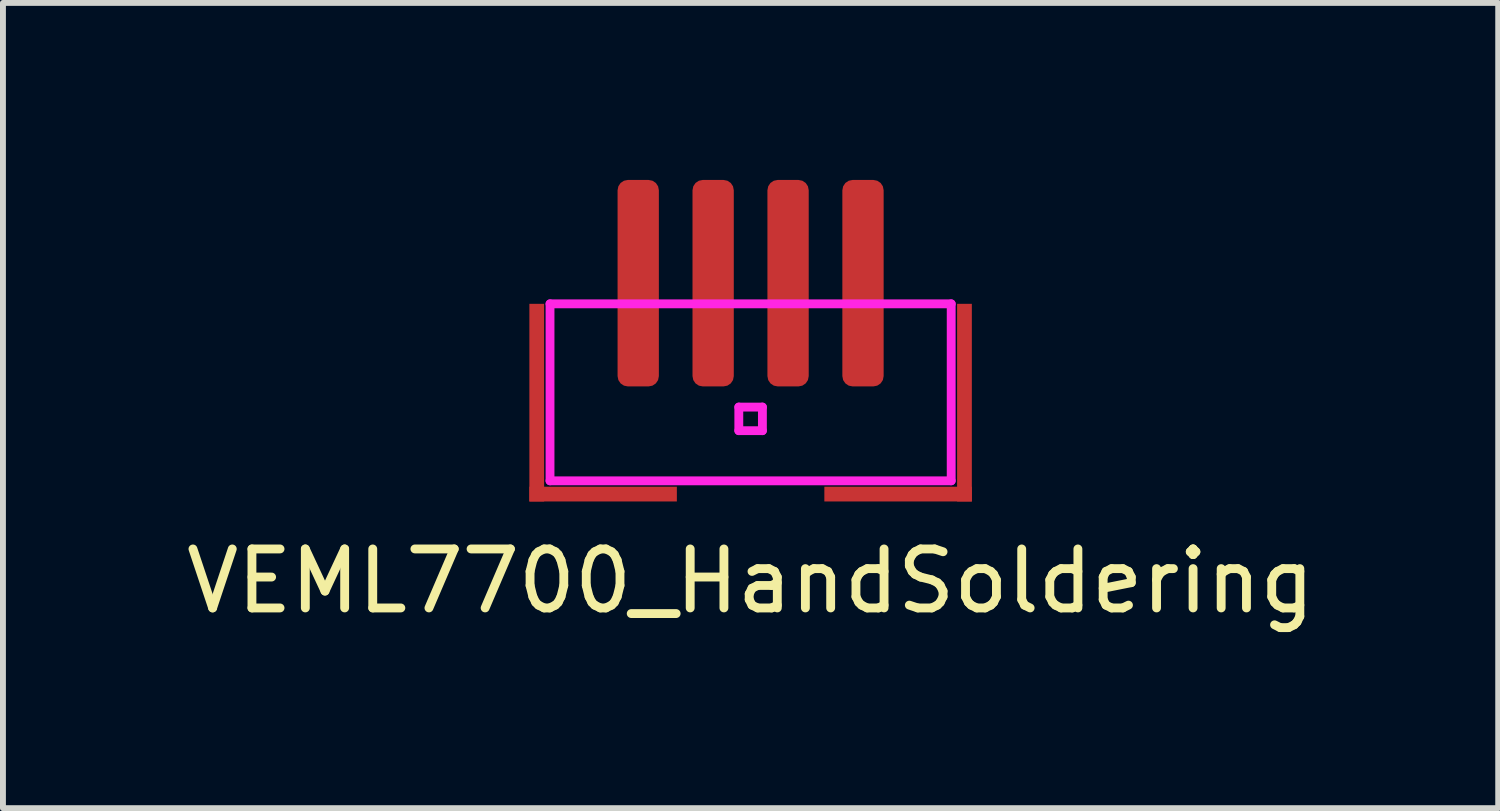
<source format=kicad_pcb>
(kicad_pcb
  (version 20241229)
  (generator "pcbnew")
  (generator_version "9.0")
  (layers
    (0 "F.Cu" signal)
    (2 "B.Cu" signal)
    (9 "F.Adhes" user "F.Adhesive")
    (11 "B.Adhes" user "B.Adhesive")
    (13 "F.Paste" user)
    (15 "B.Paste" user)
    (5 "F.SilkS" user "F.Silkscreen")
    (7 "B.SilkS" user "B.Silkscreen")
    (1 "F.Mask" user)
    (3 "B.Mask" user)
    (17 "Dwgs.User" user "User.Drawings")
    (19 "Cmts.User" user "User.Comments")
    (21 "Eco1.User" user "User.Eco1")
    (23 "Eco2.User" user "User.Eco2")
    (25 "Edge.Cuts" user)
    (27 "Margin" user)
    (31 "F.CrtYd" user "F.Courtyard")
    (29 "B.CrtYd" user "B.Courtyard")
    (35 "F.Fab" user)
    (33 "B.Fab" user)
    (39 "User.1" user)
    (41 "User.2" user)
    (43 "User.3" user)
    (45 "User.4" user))
  (footprint "VEML7700_HandSoldering"
    (layer "F.Cu")
    (at 9.673 4.05)
    (property "Reference" "VEML7700_HandSoldering" (at 0 2.75 0) (layer "F.SilkS") (effects (font (size 1 1) (thickness 0.15))))
    (attr through_hole)
    (fp_poly (pts (xy 3.75 -0.15) (xy -3.75 -0.15) (xy -3.75 1.4) (xy 3.75 1.4)) (stroke (width 0.001) (type solid)) (fill yes) (layer "F.Mask"))
    (fp_line (start -3.4 -1.95) (end 3.4 -1.95) (stroke (width 0.15) (type solid)) (layer "F.CrtYd"))
    (fp_line (start -3.4 1.05) (end -3.4 -1.95) (stroke (width 0.15) (type solid)) (layer "F.CrtYd"))
    (fp_line (start -0.2 -0.2) (end 0.2 -0.2) (stroke (width 0.15) (type solid)) (layer "F.CrtYd"))
    (fp_line (start -0.2 0.2) (end -0.2 -0.2) (stroke (width 0.15) (type solid)) (layer "F.CrtYd"))
    (fp_line (start 0.2 -0.2) (end 0.2 0.2) (stroke (width 0.15) (type solid)) (layer "F.CrtYd"))
    (fp_line (start 0.2 0.2) (end -0.2 0.2) (stroke (width 0.15) (type solid)) (layer "F.CrtYd"))
    (fp_line (start 3.4 -1.95) (end 3.4 1.05) (stroke (width 0.15) (type solid)) (layer "F.CrtYd"))
    (fp_line (start 3.4 1.05) (end -3.4 1.05) (stroke (width 0.15) (type solid)) (layer "F.CrtYd"))
    (pad "1" smd roundrect (at 1.905 -1.95) (size 0.7 3.5) (drill (offset 0 -0.35)) (layers "F.Cu" "F.Mask" "F.Paste") (roundrect_rratio 0.25))
    (pad "2" smd roundrect (at 0.635 -1.95) (size 0.7 3.5) (drill (offset 0 -0.35)) (layers "F.Cu" "F.Mask" "F.Paste") (roundrect_rratio 0.25))
    (pad "3" smd roundrect (at -0.635 -1.95) (size 0.7 3.5) (drill (offset 0 -0.35)) (layers "F.Cu" "F.Mask" "F.Paste") (roundrect_rratio 0.25))
    (pad "4" smd roundrect (at -1.905 -1.95) (size 0.7 3.5) (drill (offset 0 -0.35)) (layers "F.Cu" "F.Mask" "F.Paste") (roundrect_rratio 0.25))
    (pad "~" smd rect (at -3.625 -0.45) (size 0.25 3.35) (drill (offset 0 0.175)) (layers "F.Cu" "F.Mask" "F.Paste"))
    (pad "~" smd rect (at -2.5 1.275) (size 2.5 0.25) (layers "F.Cu" "F.Mask" "F.Paste"))
    (pad "~" smd rect (at 2.5 1.275) (size 2.5 0.25) (layers "F.Cu" "F.Mask" "F.Paste"))
    (pad "~" smd rect (at 3.625 -0.45) (size 0.25 3.35) (drill (offset 0 0.175)) (layers "F.Cu" "F.Mask" "F.Paste")))
  (gr_rect
    (start -3 -3)
    (end 22.345 10.648)
    (stroke (width 0.1) (type default))
    (fill no)
    (layer "Edge.Cuts")))
</source>
